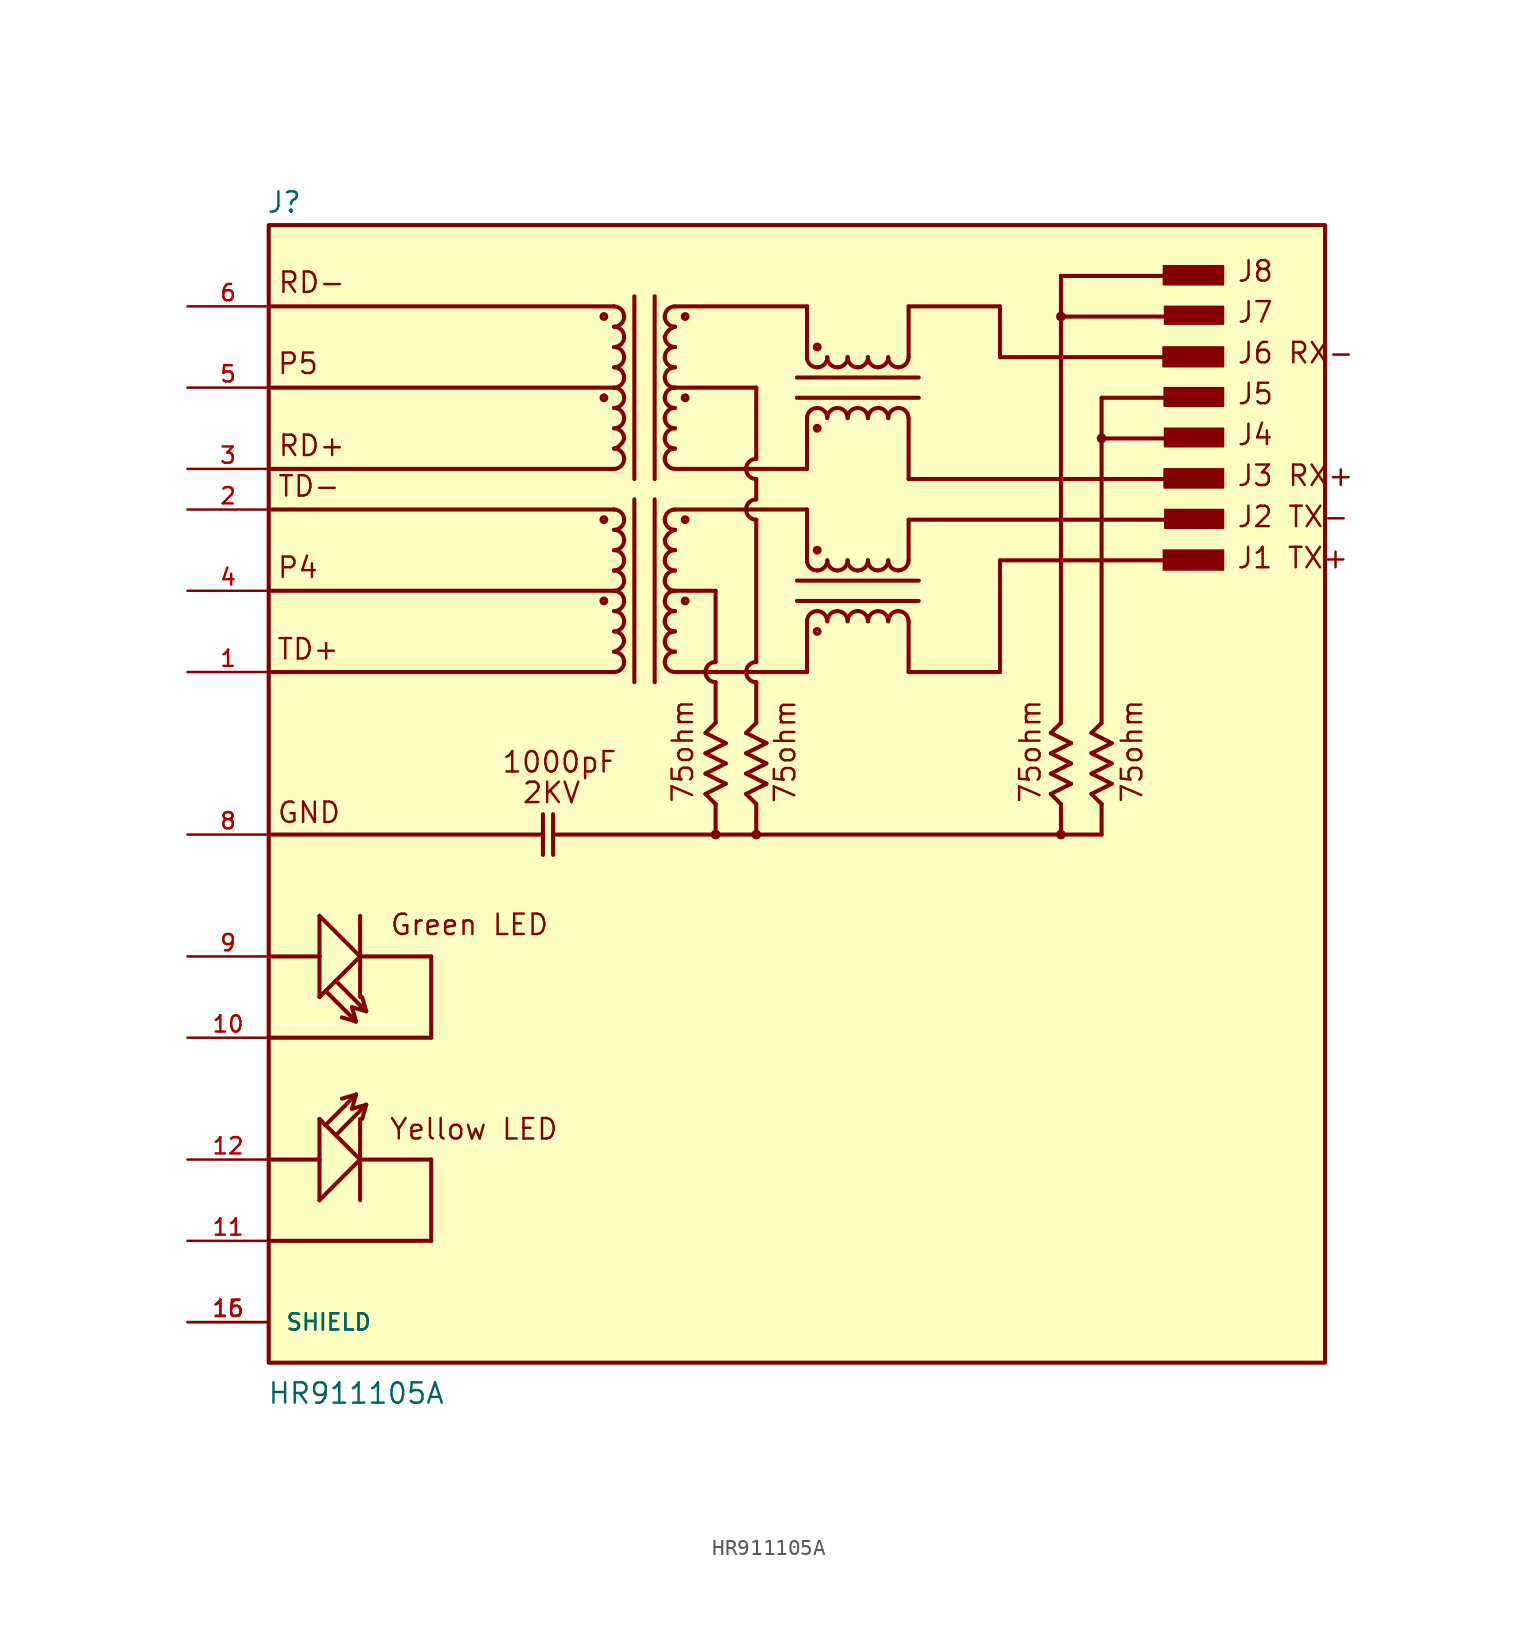
<source format=kicad_sym>
(kicad_symbol_lib
  (version 20211014)
  (generator kicad_symbol_editor)
  (symbol "HR911105A"
    (pin_names
      (offset 1.016))
    (property "Reference" "J"
      (at -33.178 36.241 0)
      (effects (font (size 1.27 1.27)) (justify left bottom)))
    (property "Value" "HR911105A"
      (at -33.124 -38.22 0)
      (effects (font (size 1.27 1.27)) (justify left bottom)))
    (symbol "HR911105A_0_0"
      (rectangle (start -33.02 -35.56) (end 33.02 35.56) (stroke (width 0.254) (type default) (color 0 0 0 0)) (fill (type background)))
      (circle (center -12.065 12.065) (radius 0.152) (stroke (width 0.254) (type default) (color 0 0 0 0)) (fill (type none)))
      (circle (center -12.065 17.145) (radius 0.152) (stroke (width 0.254) (type default) (color 0 0 0 0)) (fill (type none)))
      (circle (center -12.065 24.765) (radius 0.152) (stroke (width 0.254) (type default) (color 0 0 0 0)) (fill (type none)))
      (circle (center -12.065 29.845) (radius 0.152) (stroke (width 0.254) (type default) (color 0 0 0 0)) (fill (type none)))
      (arc (start -11.43 7.62) (mid -10.981 7.806) (end -10.795 8.255) (stroke (width 0.254) (type default) (color 0 0 0 0)) (fill (type none)))
      (arc (start -11.43 8.89) (mid -11.0274 9.1224) (end -10.795 9.525) (stroke (width 0.254) (type default) (color 0 0 0 0)) (fill (type none)))
      (arc (start -11.43 10.16) (mid -10.981 10.346) (end -10.795 10.795) (stroke (width 0.254) (type default) (color 0 0 0 0)) (fill (type none)))
      (arc (start -11.43 11.43) (mid -10.981 11.616) (end -10.795 12.065) (stroke (width 0.254) (type default) (color 0 0 0 0)) (fill (type none)))
      (arc (start -11.43 12.7) (mid -10.981 12.886) (end -10.795 13.335) (stroke (width 0.254) (type default) (color 0 0 0 0)) (fill (type none)))
      (arc (start -11.43 13.97) (mid -10.981 14.156) (end -10.795 14.605) (stroke (width 0.254) (type default) (color 0 0 0 0)) (fill (type none)))
      (arc (start -11.43 15.24) (mid -10.981 15.426) (end -10.795 15.875) (stroke (width 0.254) (type default) (color 0 0 0 0)) (fill (type none)))
      (arc (start -11.43 16.51) (mid -10.981 16.696) (end -10.795 17.145) (stroke (width 0.254) (type default) (color 0 0 0 0)) (fill (type none)))
      (arc (start -11.43 20.32) (mid -10.981 20.506) (end -10.795 20.955) (stroke (width 0.254) (type default) (color 0 0 0 0)) (fill (type none)))
      (arc (start -11.43 21.59) (mid -11.0274 21.8224) (end -10.795 22.225) (stroke (width 0.254) (type default) (color 0 0 0 0)) (fill (type none)))
      (arc (start -11.43 22.86) (mid -10.981 23.046) (end -10.795 23.495) (stroke (width 0.254) (type default) (color 0 0 0 0)) (fill (type none)))
      (arc (start -11.43 24.13) (mid -10.981 24.316) (end -10.795 24.765) (stroke (width 0.254) (type default) (color 0 0 0 0)) (fill (type none)))
      (arc (start -11.43 25.4) (mid -10.981 25.586) (end -10.795 26.035) (stroke (width 0.254) (type default) (color 0 0 0 0)) (fill (type none)))
      (arc (start -11.43 26.67) (mid -10.981 26.856) (end -10.795 27.305) (stroke (width 0.254) (type default) (color 0 0 0 0)) (fill (type none)))
      (arc (start -11.43 27.94) (mid -10.981 28.126) (end -10.795 28.575) (stroke (width 0.254) (type default) (color 0 0 0 0)) (fill (type none)))
      (arc (start -11.43 29.21) (mid -10.981 29.396) (end -10.795 29.845) (stroke (width 0.254) (type default) (color 0 0 0 0)) (fill (type none)))
      (arc (start -10.795 8.255) (mid -10.981 8.704) (end -11.43 8.89) (stroke (width 0.254) (type default) (color 0 0 0 0)) (fill (type none)))
      (arc (start -10.795 9.525) (mid -10.981 9.974) (end -11.43 10.16) (stroke (width 0.254) (type default) (color 0 0 0 0)) (fill (type none)))
      (arc (start -10.795 10.795) (mid -10.981 11.244) (end -11.43 11.43) (stroke (width 0.254) (type default) (color 0 0 0 0)) (fill (type none)))
      (arc (start -10.795 12.065) (mid -10.981 12.514) (end -11.43 12.7) (stroke (width 0.254) (type default) (color 0 0 0 0)) (fill (type none)))
      (arc (start -10.795 13.335) (mid -10.981 13.784) (end -11.43 13.97) (stroke (width 0.254) (type default) (color 0 0 0 0)) (fill (type none)))
      (arc (start -10.795 14.605) (mid -10.981 15.054) (end -11.43 15.24) (stroke (width 0.254) (type default) (color 0 0 0 0)) (fill (type none)))
      (arc (start -10.795 15.875) (mid -10.981 16.324) (end -11.43 16.51) (stroke (width 0.254) (type default) (color 0 0 0 0)) (fill (type none)))
      (arc (start -10.795 17.145) (mid -10.981 17.594) (end -11.43 17.78) (stroke (width 0.254) (type default) (color 0 0 0 0)) (fill (type none)))
      (arc (start -10.795 20.955) (mid -10.981 21.404) (end -11.43 21.59) (stroke (width 0.254) (type default) (color 0 0 0 0)) (fill (type none)))
      (arc (start -10.795 22.225) (mid -10.981 22.674) (end -11.43 22.86) (stroke (width 0.254) (type default) (color 0 0 0 0)) (fill (type none)))
      (arc (start -10.795 23.495) (mid -10.981 23.944) (end -11.43 24.13) (stroke (width 0.254) (type default) (color 0 0 0 0)) (fill (type none)))
      (arc (start -10.795 24.765) (mid -10.981 25.214) (end -11.43 25.4) (stroke (width 0.254) (type default) (color 0 0 0 0)) (fill (type none)))
      (arc (start -10.795 26.035) (mid -10.981 26.484) (end -11.43 26.67) (stroke (width 0.254) (type default) (color 0 0 0 0)) (fill (type none)))
      (arc (start -10.795 27.305) (mid -10.981 27.754) (end -11.43 27.94) (stroke (width 0.254) (type default) (color 0 0 0 0)) (fill (type none)))
      (arc (start -10.795 28.575) (mid -10.981 29.024) (end -11.43 29.21) (stroke (width 0.254) (type default) (color 0 0 0 0)) (fill (type none)))
      (arc (start -10.795 29.845) (mid -10.981 30.294) (end -11.43 30.48) (stroke (width 0.254) (type default) (color 0 0 0 0)) (fill (type none)))
      (arc (start -8.255 8.255) (mid -8.069 7.806) (end -7.62 7.62) (stroke (width 0.254) (type default) (color 0 0 0 0)) (fill (type none)))
      (arc (start -8.255 9.525) (mid -8.069 9.076) (end -7.62 8.89) (stroke (width 0.254) (type default) (color 0 0 0 0)) (fill (type none)))
      (arc (start -8.255 10.795) (mid -8.069 10.346) (end -7.62 10.16) (stroke (width 0.254) (type default) (color 0 0 0 0)) (fill (type none)))
      (arc (start -8.255 12.065) (mid -8.069 11.616) (end -7.62 11.43) (stroke (width 0.254) (type default) (color 0 0 0 0)) (fill (type none)))
      (arc (start -8.255 13.335) (mid -8.069 12.886) (end -7.62 12.7) (stroke (width 0.254) (type default) (color 0 0 0 0)) (fill (type none)))
      (arc (start -8.255 14.605) (mid -8.069 14.156) (end -7.62 13.97) (stroke (width 0.254) (type default) (color 0 0 0 0)) (fill (type none)))
      (arc (start -8.255 15.875) (mid -8.069 15.426) (end -7.62 15.24) (stroke (width 0.254) (type default) (color 0 0 0 0)) (fill (type none)))
      (arc (start -8.255 17.145) (mid -8.069 16.696) (end -7.62 16.51) (stroke (width 0.254) (type default) (color 0 0 0 0)) (fill (type none)))
      (arc (start -8.255 20.955) (mid -8.069 20.506) (end -7.62 20.32) (stroke (width 0.254) (type default) (color 0 0 0 0)) (fill (type none)))
      (arc (start -8.255 22.225) (mid -8.069 21.776) (end -7.62 21.59) (stroke (width 0.254) (type default) (color 0 0 0 0)) (fill (type none)))
      (arc (start -8.255 23.495) (mid -8.069 23.046) (end -7.62 22.86) (stroke (width 0.254) (type default) (color 0 0 0 0)) (fill (type none)))
      (arc (start -8.255 24.765) (mid -8.069 24.316) (end -7.62 24.13) (stroke (width 0.254) (type default) (color 0 0 0 0)) (fill (type none)))
      (arc (start -8.255 26.035) (mid -8.069 25.586) (end -7.62 25.4) (stroke (width 0.254) (type default) (color 0 0 0 0)) (fill (type none)))
      (arc (start -8.255 27.305) (mid -8.069 26.856) (end -7.62 26.67) (stroke (width 0.254) (type default) (color 0 0 0 0)) (fill (type none)))
      (arc (start -8.255 28.575) (mid -8.069 28.126) (end -7.62 27.94) (stroke (width 0.254) (type default) (color 0 0 0 0)) (fill (type none)))
      (arc (start -8.255 29.845) (mid -8.069 29.396) (end -7.62 29.21) (stroke (width 0.254) (type default) (color 0 0 0 0)) (fill (type none)))
      (arc (start -7.62 8.89) (mid -8.069 8.704) (end -8.255 8.255) (stroke (width 0.254) (type default) (color 0 0 0 0)) (fill (type none)))
      (arc (start -7.62 10.16) (mid -8.069 9.974) (end -8.255 9.525) (stroke (width 0.254) (type default) (color 0 0 0 0)) (fill (type none)))
      (arc (start -7.62 11.43) (mid -8.069 11.244) (end -8.255 10.795) (stroke (width 0.254) (type default) (color 0 0 0 0)) (fill (type none)))
      (arc (start -7.62 12.7) (mid -8.069 12.514) (end -8.255 12.065) (stroke (width 0.254) (type default) (color 0 0 0 0)) (fill (type none)))
      (arc (start -7.62 13.97) (mid -8.069 13.784) (end -8.255 13.335) (stroke (width 0.254) (type default) (color 0 0 0 0)) (fill (type none)))
      (arc (start -7.62 15.24) (mid -8.069 15.054) (end -8.255 14.605) (stroke (width 0.254) (type default) (color 0 0 0 0)) (fill (type none)))
      (arc (start -7.62 16.51) (mid -8.0226 16.2776) (end -8.255 15.875) (stroke (width 0.254) (type default) (color 0 0 0 0)) (fill (type none)))
      (arc (start -7.62 17.78) (mid -8.069 17.594) (end -8.255 17.145) (stroke (width 0.254) (type default) (color 0 0 0 0)) (fill (type none)))
      (arc (start -7.62 21.59) (mid -8.069 21.404) (end -8.255 20.955) (stroke (width 0.254) (type default) (color 0 0 0 0)) (fill (type none)))
      (arc (start -7.62 22.86) (mid -8.069 22.674) (end -8.255 22.225) (stroke (width 0.254) (type default) (color 0 0 0 0)) (fill (type none)))
      (arc (start -7.62 24.13) (mid -8.069 23.944) (end -8.255 23.495) (stroke (width 0.254) (type default) (color 0 0 0 0)) (fill (type none)))
      (arc (start -7.62 25.4) (mid -8.069 25.214) (end -8.255 24.765) (stroke (width 0.254) (type default) (color 0 0 0 0)) (fill (type none)))
      (arc (start -7.62 26.67) (mid -8.069 26.484) (end -8.255 26.035) (stroke (width 0.254) (type default) (color 0 0 0 0)) (fill (type none)))
      (arc (start -7.62 27.94) (mid -8.069 27.754) (end -8.255 27.305) (stroke (width 0.254) (type default) (color 0 0 0 0)) (fill (type none)))
      (arc (start -7.62 29.21) (mid -8.0226 28.9776) (end -8.255 28.575) (stroke (width 0.254) (type default) (color 0 0 0 0)) (fill (type none)))
      (arc (start -7.62 30.48) (mid -8.069 30.294) (end -8.255 29.845) (stroke (width 0.254) (type default) (color 0 0 0 0)) (fill (type none)))
      (circle (center -6.985 12.065) (radius 0.152) (stroke (width 0.254) (type default) (color 0 0 0 0)) (fill (type none)))
      (circle (center -6.985 17.145) (radius 0.152) (stroke (width 0.254) (type default) (color 0 0 0 0)) (fill (type none)))
      (circle (center -6.985 24.765) (radius 0.152) (stroke (width 0.254) (type default) (color 0 0 0 0)) (fill (type none)))
      (circle (center -6.985 29.845) (radius 0.152) (stroke (width 0.254) (type default) (color 0 0 0 0)) (fill (type none)))
      (arc (start -5.715 7.62) (mid -5.529 7.171) (end -5.08 6.985) (stroke (width 0.254) (type default) (color 0 0 0 0)) (fill (type none)))
      (circle (center -5.08 -2.54) (radius 0.178) (stroke (width 0.254) (type default) (color 0 0 0 0)) (fill (type none)))
      (arc (start -5.08 8.255) (mid -5.529 8.069) (end -5.715 7.62) (stroke (width 0.254) (type default) (color 0 0 0 0)) (fill (type none)))
      (arc (start -3.175 7.62) (mid -2.989 7.171) (end -2.54 6.985) (stroke (width 0.254) (type default) (color 0 0 0 0)) (fill (type none)))
      (arc (start -3.175 17.78) (mid -2.989 17.331) (end -2.54 17.145) (stroke (width 0.254) (type default) (color 0 0 0 0)) (fill (type none)))
      (arc (start -3.175 20.32) (mid -2.989 19.871) (end -2.54 19.685) (stroke (width 0.254) (type default) (color 0 0 0 0)) (fill (type none)))
      (circle (center -2.54 -2.54) (radius 0.178) (stroke (width 0.254) (type default) (color 0 0 0 0)) (fill (type none)))
      (arc (start -2.54 8.255) (mid -2.989 8.069) (end -3.175 7.62) (stroke (width 0.254) (type default) (color 0 0 0 0)) (fill (type none)))
      (arc (start -2.54 18.415) (mid -2.989 18.229) (end -3.175 17.78) (stroke (width 0.254) (type default) (color 0 0 0 0)) (fill (type none)))
      (arc (start -2.54 20.955) (mid -2.989 20.769) (end -3.175 20.32) (stroke (width 0.254) (type default) (color 0 0 0 0)) (fill (type none)))
      (polyline (pts (xy -33.02 -27.94) (xy -22.86 -27.94)) (stroke (width 0.254) (type default) (color 0 0 0 0)) (fill (type none)))
      (polyline (pts (xy -33.02 -15.24) (xy -22.86 -15.24)) (stroke (width 0.254) (type default) (color 0 0 0 0)) (fill (type none)))
      (polyline (pts (xy -33.02 12.7) (xy -11.43 12.7)) (stroke (width 0.254) (type default) (color 0 0 0 0)) (fill (type none)))
      (polyline (pts (xy -33.02 20.32) (xy -11.43 20.32)) (stroke (width 0.254) (type default) (color 0 0 0 0)) (fill (type none)))
      (polyline (pts (xy -29.845 -25.4) (xy -27.305 -22.86)) (stroke (width 0.254) (type default) (color 0 0 0 0)) (fill (type none)))
      (polyline (pts (xy -29.845 -22.86) (xy -33.02 -22.86)) (stroke (width 0.254) (type default) (color 0 0 0 0)) (fill (type none)))
      (polyline (pts (xy -29.845 -22.86) (xy -29.845 -25.4)) (stroke (width 0.254) (type default) (color 0 0 0 0)) (fill (type none)))
      (polyline (pts (xy -29.845 -20.32) (xy -29.845 -22.86)) (stroke (width 0.254) (type default) (color 0 0 0 0)) (fill (type none)))
      (polyline (pts (xy -29.845 -12.7) (xy -29.845 -10.16)) (stroke (width 0.254) (type default) (color 0 0 0 0)) (fill (type none)))
      (polyline (pts (xy -29.845 -10.16) (xy -33.02 -10.16)) (stroke (width 0.254) (type default) (color 0 0 0 0)) (fill (type none)))
      (polyline (pts (xy -29.845 -10.16) (xy -29.845 -7.62)) (stroke (width 0.254) (type default) (color 0 0 0 0)) (fill (type none)))
      (polyline (pts (xy -29.845 -7.62) (xy -27.305 -10.16)) (stroke (width 0.254) (type default) (color 0 0 0 0)) (fill (type none)))
      (polyline (pts (xy -29.464 -20.701) (xy -29.845 -20.32)) (stroke (width 0.254) (type default) (color 0 0 0 0)) (fill (type none)))
      (polyline (pts (xy -29.464 -20.701) (xy -27.559 -18.796)) (stroke (width 0.254) (type default) (color 0 0 0 0)) (fill (type none)))
      (polyline (pts (xy -29.464 -12.319) (xy -29.845 -12.7)) (stroke (width 0.254) (type default) (color 0 0 0 0)) (fill (type none)))
      (polyline (pts (xy -29.464 -12.319) (xy -27.559 -14.224)) (stroke (width 0.254) (type default) (color 0 0 0 0)) (fill (type none)))
      (polyline (pts (xy -28.829 -21.336) (xy -29.464 -20.701)) (stroke (width 0.254) (type default) (color 0 0 0 0)) (fill (type none)))
      (polyline (pts (xy -28.829 -21.336) (xy -26.924 -19.431)) (stroke (width 0.254) (type default) (color 0 0 0 0)) (fill (type none)))
      (polyline (pts (xy -28.829 -11.684) (xy -29.464 -12.319)) (stroke (width 0.254) (type default) (color 0 0 0 0)) (fill (type none)))
      (polyline (pts (xy -28.829 -11.684) (xy -26.924 -13.589)) (stroke (width 0.254) (type default) (color 0 0 0 0)) (fill (type none)))
      (polyline (pts (xy -27.559 -18.796) (xy -28.448 -19.05)) (stroke (width 0.254) (type default) (color 0 0 0 0)) (fill (type none)))
      (polyline (pts (xy -27.559 -18.796) (xy -27.813 -19.685)) (stroke (width 0.254) (type default) (color 0 0 0 0)) (fill (type none)))
      (polyline (pts (xy -27.559 -14.224) (xy -28.448 -13.97)) (stroke (width 0.254) (type default) (color 0 0 0 0)) (fill (type none)))
      (polyline (pts (xy -27.559 -14.224) (xy -27.813 -13.335)) (stroke (width 0.254) (type default) (color 0 0 0 0)) (fill (type none)))
      (polyline (pts (xy -27.305 -22.86) (xy -28.829 -21.336)) (stroke (width 0.254) (type default) (color 0 0 0 0)) (fill (type none)))
      (polyline (pts (xy -27.305 -22.86) (xy -27.305 -25.4)) (stroke (width 0.254) (type default) (color 0 0 0 0)) (fill (type none)))
      (polyline (pts (xy -27.305 -22.86) (xy -22.86 -22.86)) (stroke (width 0.254) (type default) (color 0 0 0 0)) (fill (type none)))
      (polyline (pts (xy -27.305 -20.32) (xy -27.305 -22.86)) (stroke (width 0.254) (type default) (color 0 0 0 0)) (fill (type none)))
      (polyline (pts (xy -27.305 -12.7) (xy -27.305 -10.16)) (stroke (width 0.254) (type default) (color 0 0 0 0)) (fill (type none)))
      (polyline (pts (xy -27.305 -10.16) (xy -28.829 -11.684)) (stroke (width 0.254) (type default) (color 0 0 0 0)) (fill (type none)))
      (polyline (pts (xy -27.305 -10.16) (xy -27.305 -7.62)) (stroke (width 0.254) (type default) (color 0 0 0 0)) (fill (type none)))
      (polyline (pts (xy -27.305 -10.16) (xy -22.86 -10.16)) (stroke (width 0.254) (type default) (color 0 0 0 0)) (fill (type none)))
      (polyline (pts (xy -26.924 -19.431) (xy -27.813 -19.685)) (stroke (width 0.254) (type default) (color 0 0 0 0)) (fill (type none)))
      (polyline (pts (xy -26.924 -19.431) (xy -27.178 -20.32)) (stroke (width 0.254) (type default) (color 0 0 0 0)) (fill (type none)))
      (polyline (pts (xy -26.924 -13.589) (xy -27.813 -13.335)) (stroke (width 0.254) (type default) (color 0 0 0 0)) (fill (type none)))
      (polyline (pts (xy -26.924 -13.589) (xy -27.178 -12.7)) (stroke (width 0.254) (type default) (color 0 0 0 0)) (fill (type none)))
      (polyline (pts (xy -22.86 -27.94) (xy -22.86 -22.86)) (stroke (width 0.254) (type default) (color 0 0 0 0)) (fill (type none)))
      (polyline (pts (xy -22.86 -15.24) (xy -22.86 -10.16)) (stroke (width 0.254) (type default) (color 0 0 0 0)) (fill (type none)))
      (polyline (pts (xy -15.875 -2.54) (xy -33.02 -2.54)) (stroke (width 0.254) (type default) (color 0 0 0 0)) (fill (type none)))
      (polyline (pts (xy -15.875 -2.54) (xy -15.875 -3.81)) (stroke (width 0.254) (type default) (color 0 0 0 0)) (fill (type none)))
      (polyline (pts (xy -15.875 -1.27) (xy -15.875 -2.54)) (stroke (width 0.254) (type default) (color 0 0 0 0)) (fill (type none)))
      (polyline (pts (xy -15.24 -2.54) (xy -15.24 -3.81)) (stroke (width 0.254) (type default) (color 0 0 0 0)) (fill (type none)))
      (polyline (pts (xy -15.24 -2.54) (xy -15.24 -1.27)) (stroke (width 0.254) (type default) (color 0 0 0 0)) (fill (type none)))
      (polyline (pts (xy -11.43 7.62) (xy -33.02 7.62)) (stroke (width 0.254) (type default) (color 0 0 0 0)) (fill (type none)))
      (polyline (pts (xy -11.43 17.78) (xy -33.02 17.78)) (stroke (width 0.254) (type default) (color 0 0 0 0)) (fill (type none)))
      (polyline (pts (xy -11.43 25.4) (xy -33.02 25.4)) (stroke (width 0.254) (type default) (color 0 0 0 0)) (fill (type none)))
      (polyline (pts (xy -11.43 30.48) (xy -33.02 30.48)) (stroke (width 0.254) (type default) (color 0 0 0 0)) (fill (type none)))
      (polyline (pts (xy -10.16 18.415) (xy -10.16 6.985)) (stroke (width 0.254) (type default) (color 0 0 0 0)) (fill (type none)))
      (polyline (pts (xy -10.16 31.115) (xy -10.16 19.685)) (stroke (width 0.254) (type default) (color 0 0 0 0)) (fill (type none)))
      (polyline (pts (xy -8.89 18.415) (xy -8.89 6.985)) (stroke (width 0.254) (type default) (color 0 0 0 0)) (fill (type none)))
      (polyline (pts (xy -8.89 31.115) (xy -8.89 19.685)) (stroke (width 0.254) (type default) (color 0 0 0 0)) (fill (type none)))
      (polyline (pts (xy -7.62 7.62) (xy -5.715 7.62)) (stroke (width 0.254) (type default) (color 0 0 0 0)) (fill (type none)))
      (polyline (pts (xy -7.62 20.32) (xy -3.175 20.32)) (stroke (width 0.254) (type default) (color 0 0 0 0)) (fill (type none)))
      (polyline (pts (xy -7.62 25.4) (xy -2.54 25.4)) (stroke (width 0.254) (type default) (color 0 0 0 0)) (fill (type none)))
      (polyline (pts (xy -5.715 0) (xy -5.08 -0.635)) (stroke (width 0.254) (type default) (color 0 0 0 0)) (fill (type none)))
      (polyline (pts (xy -5.715 1.27) (xy -4.445 0.635)) (stroke (width 0.254) (type default) (color 0 0 0 0)) (fill (type none)))
      (polyline (pts (xy -5.715 2.54) (xy -4.445 1.905)) (stroke (width 0.254) (type default) (color 0 0 0 0)) (fill (type none)))
      (polyline (pts (xy -5.715 3.81) (xy -4.445 3.175)) (stroke (width 0.254) (type default) (color 0 0 0 0)) (fill (type none)))
      (polyline (pts (xy -5.715 7.62) (xy -3.175 7.62)) (stroke (width 0.254) (type default) (color 0 0 0 0)) (fill (type none)))
      (polyline (pts (xy -5.08 -2.54) (xy -15.24 -2.54)) (stroke (width 0.254) (type default) (color 0 0 0 0)) (fill (type none)))
      (polyline (pts (xy -5.08 -0.635) (xy -5.08 -2.54)) (stroke (width 0.254) (type default) (color 0 0 0 0)) (fill (type none)))
      (polyline (pts (xy -5.08 4.445) (xy -5.715 3.81)) (stroke (width 0.254) (type default) (color 0 0 0 0)) (fill (type none)))
      (polyline (pts (xy -5.08 6.985) (xy -5.08 4.445)) (stroke (width 0.254) (type default) (color 0 0 0 0)) (fill (type none)))
      (polyline (pts (xy -5.08 8.255) (xy -5.08 12.7)) (stroke (width 0.254) (type default) (color 0 0 0 0)) (fill (type none)))
      (polyline (pts (xy -5.08 12.7) (xy -7.62 12.7)) (stroke (width 0.254) (type default) (color 0 0 0 0)) (fill (type none)))
      (polyline (pts (xy -4.445 0.635) (xy -5.715 0)) (stroke (width 0.254) (type default) (color 0 0 0 0)) (fill (type none)))
      (polyline (pts (xy -4.445 1.905) (xy -5.715 1.27)) (stroke (width 0.254) (type default) (color 0 0 0 0)) (fill (type none)))
      (polyline (pts (xy -4.445 3.175) (xy -5.715 2.54)) (stroke (width 0.254) (type default) (color 0 0 0 0)) (fill (type none)))
      (polyline (pts (xy -3.175 0) (xy -2.54 -0.635)) (stroke (width 0.254) (type default) (color 0 0 0 0)) (fill (type none)))
      (polyline (pts (xy -3.175 1.27) (xy -1.905 0.635)) (stroke (width 0.254) (type default) (color 0 0 0 0)) (fill (type none)))
      (polyline (pts (xy -3.175 2.54) (xy -1.905 1.905)) (stroke (width 0.254) (type default) (color 0 0 0 0)) (fill (type none)))
      (polyline (pts (xy -3.175 3.81) (xy -1.905 3.175)) (stroke (width 0.254) (type default) (color 0 0 0 0)) (fill (type none)))
      (polyline (pts (xy -3.175 7.62) (xy 0.635 7.62)) (stroke (width 0.254) (type default) (color 0 0 0 0)) (fill (type none)))
      (polyline (pts (xy -3.175 17.78) (xy -7.62 17.78)) (stroke (width 0.254) (type default) (color 0 0 0 0)) (fill (type none)))
      (polyline (pts (xy -3.175 20.32) (xy 0.635 20.32)) (stroke (width 0.254) (type default) (color 0 0 0 0)) (fill (type none)))
      (polyline (pts (xy -2.54 -0.635) (xy -2.54 -2.54)) (stroke (width 0.254) (type default) (color 0 0 0 0)) (fill (type none)))
      (polyline (pts (xy -2.54 4.445) (xy -3.175 3.81)) (stroke (width 0.254) (type default) (color 0 0 0 0)) (fill (type none)))
      (polyline (pts (xy -2.54 6.985) (xy -2.54 4.445)) (stroke (width 0.254) (type default) (color 0 0 0 0)) (fill (type none)))
      (polyline (pts (xy -2.54 17.145) (xy -2.54 8.255)) (stroke (width 0.254) (type default) (color 0 0 0 0)) (fill (type none)))
      (polyline (pts (xy -2.54 19.685) (xy -2.54 18.415)) (stroke (width 0.254) (type default) (color 0 0 0 0)) (fill (type none)))
      (polyline (pts (xy -2.54 25.4) (xy -2.54 20.955)) (stroke (width 0.254) (type default) (color 0 0 0 0)) (fill (type none)))
      (polyline (pts (xy -1.905 0.635) (xy -3.175 0)) (stroke (width 0.254) (type default) (color 0 0 0 0)) (fill (type none)))
      (polyline (pts (xy -1.905 1.905) (xy -3.175 1.27)) (stroke (width 0.254) (type default) (color 0 0 0 0)) (fill (type none)))
      (polyline (pts (xy -1.905 3.175) (xy -3.175 2.54)) (stroke (width 0.254) (type default) (color 0 0 0 0)) (fill (type none)))
      (polyline (pts (xy 0 12.065) (xy 7.62 12.065)) (stroke (width 0.254) (type default) (color 0 0 0 0)) (fill (type none)))
      (polyline (pts (xy 0 13.335) (xy 7.62 13.335)) (stroke (width 0.254) (type default) (color 0 0 0 0)) (fill (type none)))
      (polyline (pts (xy 0 24.765) (xy 7.62 24.765)) (stroke (width 0.254) (type default) (color 0 0 0 0)) (fill (type none)))
      (polyline (pts (xy 0 26.035) (xy 7.62 26.035)) (stroke (width 0.254) (type default) (color 0 0 0 0)) (fill (type none)))
      (polyline (pts (xy 0.635 7.62) (xy 0.635 10.795)) (stroke (width 0.254) (type default) (color 0 0 0 0)) (fill (type none)))
      (polyline (pts (xy 0.635 14.605) (xy 0.635 17.78)) (stroke (width 0.254) (type default) (color 0 0 0 0)) (fill (type none)))
      (polyline (pts (xy 0.635 17.78) (xy -3.175 17.78)) (stroke (width 0.254) (type default) (color 0 0 0 0)) (fill (type none)))
      (polyline (pts (xy 0.635 20.32) (xy 0.635 23.495)) (stroke (width 0.254) (type default) (color 0 0 0 0)) (fill (type none)))
      (polyline (pts (xy 0.635 27.305) (xy 0.635 30.48)) (stroke (width 0.254) (type default) (color 0 0 0 0)) (fill (type none)))
      (polyline (pts (xy 0.635 30.48) (xy -7.62 30.48)) (stroke (width 0.254) (type default) (color 0 0 0 0)) (fill (type none)))
      (polyline (pts (xy 6.985 10.795) (xy 6.985 7.62)) (stroke (width 0.254) (type default) (color 0 0 0 0)) (fill (type none)))
      (polyline (pts (xy 6.985 17.145) (xy 6.985 14.605)) (stroke (width 0.254) (type default) (color 0 0 0 0)) (fill (type none)))
      (polyline (pts (xy 6.985 23.495) (xy 6.985 19.685)) (stroke (width 0.254) (type default) (color 0 0 0 0)) (fill (type none)))
      (polyline (pts (xy 6.985 30.48) (xy 6.985 27.305)) (stroke (width 0.254) (type default) (color 0 0 0 0)) (fill (type none)))
      (polyline (pts (xy 12.7 7.62) (xy 6.985 7.62)) (stroke (width 0.254) (type default) (color 0 0 0 0)) (fill (type none)))
      (polyline (pts (xy 12.7 14.605) (xy 12.7 7.62)) (stroke (width 0.254) (type default) (color 0 0 0 0)) (fill (type none)))
      (polyline (pts (xy 12.7 27.305) (xy 12.7 30.48)) (stroke (width 0.254) (type default) (color 0 0 0 0)) (fill (type none)))
      (polyline (pts (xy 12.7 30.48) (xy 6.985 30.48)) (stroke (width 0.254) (type default) (color 0 0 0 0)) (fill (type none)))
      (polyline (pts (xy 15.875 0) (xy 16.51 -0.635)) (stroke (width 0.254) (type default) (color 0 0 0 0)) (fill (type none)))
      (polyline (pts (xy 15.875 1.27) (xy 17.145 0.635)) (stroke (width 0.254) (type default) (color 0 0 0 0)) (fill (type none)))
      (polyline (pts (xy 15.875 2.54) (xy 17.145 1.905)) (stroke (width 0.254) (type default) (color 0 0 0 0)) (fill (type none)))
      (polyline (pts (xy 15.875 3.81) (xy 17.145 3.175)) (stroke (width 0.254) (type default) (color 0 0 0 0)) (fill (type none)))
      (polyline (pts (xy 16.51 -0.635) (xy 16.51 -2.54)) (stroke (width 0.254) (type default) (color 0 0 0 0)) (fill (type none)))
      (polyline (pts (xy 16.51 4.445) (xy 15.875 3.81)) (stroke (width 0.254) (type default) (color 0 0 0 0)) (fill (type none)))
      (polyline (pts (xy 16.51 29.845) (xy 16.51 4.445)) (stroke (width 0.254) (type default) (color 0 0 0 0)) (fill (type none)))
      (polyline (pts (xy 16.51 29.845) (xy 23.495 29.845)) (stroke (width 0.254) (type default) (color 0 0 0 0)) (fill (type none)))
      (polyline (pts (xy 16.51 32.385) (xy 16.51 29.845)) (stroke (width 0.254) (type default) (color 0 0 0 0)) (fill (type none)))
      (polyline (pts (xy 17.145 0.635) (xy 15.875 0)) (stroke (width 0.254) (type default) (color 0 0 0 0)) (fill (type none)))
      (polyline (pts (xy 17.145 1.905) (xy 15.875 1.27)) (stroke (width 0.254) (type default) (color 0 0 0 0)) (fill (type none)))
      (polyline (pts (xy 17.145 3.175) (xy 15.875 2.54)) (stroke (width 0.254) (type default) (color 0 0 0 0)) (fill (type none)))
      (polyline (pts (xy 18.415 0) (xy 19.05 -0.635)) (stroke (width 0.254) (type default) (color 0 0 0 0)) (fill (type none)))
      (polyline (pts (xy 18.415 1.27) (xy 19.685 0.635)) (stroke (width 0.254) (type default) (color 0 0 0 0)) (fill (type none)))
      (polyline (pts (xy 18.415 2.54) (xy 19.685 1.905)) (stroke (width 0.254) (type default) (color 0 0 0 0)) (fill (type none)))
      (polyline (pts (xy 18.415 3.81) (xy 19.685 3.175)) (stroke (width 0.254) (type default) (color 0 0 0 0)) (fill (type none)))
      (polyline (pts (xy 19.05 -2.54) (xy -5.08 -2.54)) (stroke (width 0.254) (type default) (color 0 0 0 0)) (fill (type none)))
      (polyline (pts (xy 19.05 -0.635) (xy 19.05 -2.54)) (stroke (width 0.254) (type default) (color 0 0 0 0)) (fill (type none)))
      (polyline (pts (xy 19.05 4.445) (xy 18.415 3.81)) (stroke (width 0.254) (type default) (color 0 0 0 0)) (fill (type none)))
      (polyline (pts (xy 19.05 22.225) (xy 19.05 4.445)) (stroke (width 0.254) (type default) (color 0 0 0 0)) (fill (type none)))
      (polyline (pts (xy 19.05 22.225) (xy 23.495 22.225)) (stroke (width 0.254) (type default) (color 0 0 0 0)) (fill (type none)))
      (polyline (pts (xy 19.05 24.765) (xy 19.05 22.225)) (stroke (width 0.254) (type default) (color 0 0 0 0)) (fill (type none)))
      (polyline (pts (xy 19.685 0.635) (xy 18.415 0)) (stroke (width 0.254) (type default) (color 0 0 0 0)) (fill (type none)))
      (polyline (pts (xy 19.685 1.905) (xy 18.415 1.27)) (stroke (width 0.254) (type default) (color 0 0 0 0)) (fill (type none)))
      (polyline (pts (xy 19.685 3.175) (xy 18.415 2.54)) (stroke (width 0.254) (type default) (color 0 0 0 0)) (fill (type none)))
      (polyline (pts (xy 23.495 14.605) (xy 12.7 14.605)) (stroke (width 0.254) (type default) (color 0 0 0 0)) (fill (type none)))
      (polyline (pts (xy 23.495 17.145) (xy 6.985 17.145)) (stroke (width 0.254) (type default) (color 0 0 0 0)) (fill (type none)))
      (polyline (pts (xy 23.495 19.685) (xy 6.985 19.685)) (stroke (width 0.254) (type default) (color 0 0 0 0)) (fill (type none)))
      (polyline (pts (xy 23.495 24.765) (xy 19.05 24.765)) (stroke (width 0.254) (type default) (color 0 0 0 0)) (fill (type none)))
      (polyline (pts (xy 23.495 27.305) (xy 12.7 27.305)) (stroke (width 0.254) (type default) (color 0 0 0 0)) (fill (type none)))
      (polyline (pts (xy 23.495 32.385) (xy 16.51 32.385)) (stroke (width 0.254) (type default) (color 0 0 0 0)) (fill (type none)))
      (arc (start 0.635 14.605) (mid 0.821 14.156) (end 1.27 13.97) (stroke (width 0.254) (type default) (color 0 0 0 0)) (fill (type none)))
      (arc (start 0.635 27.305) (mid 0.821 26.856) (end 1.27 26.67) (stroke (width 0.254) (type default) (color 0 0 0 0)) (fill (type none)))
      (circle (center 1.27 10.16) (radius 0.152) (stroke (width 0.254) (type default) (color 0 0 0 0)) (fill (type none)))
      (arc (start 1.27 11.43) (mid 0.821 11.244) (end 0.635 10.795) (stroke (width 0.254) (type default) (color 0 0 0 0)) (fill (type none)))
      (arc (start 1.27 13.97) (mid 1.719 14.156) (end 1.905 14.605) (stroke (width 0.254) (type default) (color 0 0 0 0)) (fill (type none)))
      (circle (center 1.27 15.24) (radius 0.152) (stroke (width 0.254) (type default) (color 0 0 0 0)) (fill (type none)))
      (circle (center 1.27 22.86) (radius 0.152) (stroke (width 0.254) (type default) (color 0 0 0 0)) (fill (type none)))
      (arc (start 1.27 24.13) (mid 0.821 23.944) (end 0.635 23.495) (stroke (width 0.254) (type default) (color 0 0 0 0)) (fill (type none)))
      (arc (start 1.27 26.67) (mid 1.719 26.856) (end 1.905 27.305) (stroke (width 0.254) (type default) (color 0 0 0 0)) (fill (type none)))
      (circle (center 1.27 27.94) (radius 0.152) (stroke (width 0.254) (type default) (color 0 0 0 0)) (fill (type none)))
      (arc (start 1.905 10.795) (mid 1.719 11.244) (end 1.27 11.43) (stroke (width 0.254) (type default) (color 0 0 0 0)) (fill (type none)))
      (arc (start 1.905 14.605) (mid 2.091 14.156) (end 2.54 13.97) (stroke (width 0.254) (type default) (color 0 0 0 0)) (fill (type none)))
      (arc (start 1.905 23.495) (mid 1.719 23.944) (end 1.27 24.13) (stroke (width 0.254) (type default) (color 0 0 0 0)) (fill (type none)))
      (arc (start 1.905 27.305) (mid 2.091 26.856) (end 2.54 26.67) (stroke (width 0.254) (type default) (color 0 0 0 0)) (fill (type none)))
      (arc (start 2.54 11.43) (mid 2.091 11.244) (end 1.905 10.795) (stroke (width 0.254) (type default) (color 0 0 0 0)) (fill (type none)))
      (arc (start 2.54 13.97) (mid 2.989 14.156) (end 3.175 14.605) (stroke (width 0.254) (type default) (color 0 0 0 0)) (fill (type none)))
      (arc (start 2.54 24.13) (mid 2.091 23.944) (end 1.905 23.495) (stroke (width 0.254) (type default) (color 0 0 0 0)) (fill (type none)))
      (arc (start 2.54 26.67) (mid 2.989 26.856) (end 3.175 27.305) (stroke (width 0.254) (type default) (color 0 0 0 0)) (fill (type none)))
      (arc (start 3.175 10.795) (mid 2.989 11.244) (end 2.54 11.43) (stroke (width 0.254) (type default) (color 0 0 0 0)) (fill (type none)))
      (arc (start 3.175 14.605) (mid 3.361 14.156) (end 3.81 13.97) (stroke (width 0.254) (type default) (color 0 0 0 0)) (fill (type none)))
      (arc (start 3.175 23.495) (mid 2.989 23.944) (end 2.54 24.13) (stroke (width 0.254) (type default) (color 0 0 0 0)) (fill (type none)))
      (arc (start 3.175 27.305) (mid 3.361 26.856) (end 3.81 26.67) (stroke (width 0.254) (type default) (color 0 0 0 0)) (fill (type none)))
      (arc (start 3.81 11.43) (mid 3.361 11.244) (end 3.175 10.795) (stroke (width 0.254) (type default) (color 0 0 0 0)) (fill (type none)))
      (arc (start 3.81 13.97) (mid 4.259 14.156) (end 4.445 14.605) (stroke (width 0.254) (type default) (color 0 0 0 0)) (fill (type none)))
      (arc (start 3.81 24.13) (mid 3.361 23.944) (end 3.175 23.495) (stroke (width 0.254) (type default) (color 0 0 0 0)) (fill (type none)))
      (arc (start 3.81 26.67) (mid 4.259 26.856) (end 4.445 27.305) (stroke (width 0.254) (type default) (color 0 0 0 0)) (fill (type none)))
      (arc (start 4.445 10.795) (mid 4.259 11.244) (end 3.81 11.43) (stroke (width 0.254) (type default) (color 0 0 0 0)) (fill (type none)))
      (arc (start 4.445 14.605) (mid 4.631 14.156) (end 5.08 13.97) (stroke (width 0.254) (type default) (color 0 0 0 0)) (fill (type none)))
      (arc (start 4.445 23.495) (mid 4.259 23.944) (end 3.81 24.13) (stroke (width 0.254) (type default) (color 0 0 0 0)) (fill (type none)))
      (arc (start 4.445 27.305) (mid 4.631 26.856) (end 5.08 26.67) (stroke (width 0.254) (type default) (color 0 0 0 0)) (fill (type none)))
      (arc (start 5.08 11.43) (mid 4.631 11.244) (end 4.445 10.795) (stroke (width 0.254) (type default) (color 0 0 0 0)) (fill (type none)))
      (arc (start 5.08 13.97) (mid 5.529 14.156) (end 5.715 14.605) (stroke (width 0.254) (type default) (color 0 0 0 0)) (fill (type none)))
      (arc (start 5.08 24.13) (mid 4.631 23.944) (end 4.445 23.495) (stroke (width 0.254) (type default) (color 0 0 0 0)) (fill (type none)))
      (arc (start 5.08 26.67) (mid 5.529 26.856) (end 5.715 27.305) (stroke (width 0.254) (type default) (color 0 0 0 0)) (fill (type none)))
      (arc (start 5.715 10.795) (mid 5.529 11.244) (end 5.08 11.43) (stroke (width 0.254) (type default) (color 0 0 0 0)) (fill (type none)))
      (arc (start 5.715 14.605) (mid 5.901 14.156) (end 6.35 13.97) (stroke (width 0.254) (type default) (color 0 0 0 0)) (fill (type none)))
      (arc (start 5.715 23.495) (mid 5.529 23.944) (end 5.08 24.13) (stroke (width 0.254) (type default) (color 0 0 0 0)) (fill (type none)))
      (arc (start 5.715 27.305) (mid 5.901 26.856) (end 6.35 26.67) (stroke (width 0.254) (type default) (color 0 0 0 0)) (fill (type none)))
      (arc (start 6.35 11.43) (mid 5.901 11.244) (end 5.715 10.795) (stroke (width 0.254) (type default) (color 0 0 0 0)) (fill (type none)))
      (arc (start 6.35 13.97) (mid 6.799 14.156) (end 6.985 14.605) (stroke (width 0.254) (type default) (color 0 0 0 0)) (fill (type none)))
      (arc (start 6.35 24.13) (mid 5.901 23.944) (end 5.715 23.495) (stroke (width 0.254) (type default) (color 0 0 0 0)) (fill (type none)))
      (arc (start 6.35 26.67) (mid 6.799 26.856) (end 6.985 27.305) (stroke (width 0.254) (type default) (color 0 0 0 0)) (fill (type none)))
      (arc (start 6.985 10.795) (mid 6.799 11.244) (end 6.35 11.43) (stroke (width 0.254) (type default) (color 0 0 0 0)) (fill (type none)))
      (arc (start 6.985 23.495) (mid 6.799 23.944) (end 6.35 24.13) (stroke (width 0.254) (type default) (color 0 0 0 0)) (fill (type none)))
      (circle (center 16.51 -2.54) (radius 0.178) (stroke (width 0.254) (type default) (color 0 0 0 0)) (fill (type none)))
      (circle (center 16.51 29.845) (radius 0.18) (stroke (width 0.254) (type default) (color 0 0 0 0)) (fill (type none)))
      (circle (center 19.05 22.225) (radius 0.18) (stroke (width 0.254) (type default) (color 0 0 0 0)) (fill (type none)))
      (rectangle (start 22.895 26.711) (end 26.67 27.94) (stroke (width 0.1) (type default) (color 0 0 0 0)) (fill (type outline)))
      (rectangle (start 22.915 14.004) (end 26.67 15.24) (stroke (width 0.1) (type default) (color 0 0 0 0)) (fill (type outline)))
      (rectangle (start 22.919 31.833) (end 26.67 33.02) (stroke (width 0.1) (type default) (color 0 0 0 0)) (fill (type outline)))
      (rectangle (start 22.96 19.133) (end 26.67 20.32) (stroke (width 0.1) (type default) (color 0 0 0 0)) (fill (type outline)))
      (rectangle (start 22.964 24.24) (end 26.67 25.4) (stroke (width 0.1) (type default) (color 0 0 0 0)) (fill (type outline)))
      (rectangle (start 22.986 21.709) (end 26.67 22.86) (stroke (width 0.1) (type default) (color 0 0 0 0)) (fill (type outline)))
      (rectangle (start 22.989 29.375) (end 26.67 30.48) (stroke (width 0.1) (type default) (color 0 0 0 0)) (fill (type outline)))
      (rectangle (start 23.004 16.614) (end 26.67 17.78) (stroke (width 0.1) (type default) (color 0 0 0 0)) (fill (type outline)))
      (text "1000pF" (at -18.501 1.242 0) (effects (font (size 1.276 1.276)) (justify left bottom)))
      (text "2KV" (at -17.231 -0.672 0) (effects (font (size 1.276 1.276)) (justify left bottom)))
      (text "75ohm" (at -6.39 -0.655 900) (effects (font (size 1.278 1.278)) (justify left bottom)))
      (text "75ohm" (at 0 -0.667 900) (effects (font (size 1.276 1.276)) (justify left bottom)))
      (text "75ohm" (at 15.335 -0.662 900) (effects (font (size 1.278 1.278)) (justify left bottom)))
      (text "75ohm" (at 21.692 -0.655 900) (effects (font (size 1.276 1.276)) (justify left bottom)))
      (text "GND" (at -32.548 -1.915 0) (effects (font (size 1.276 1.276)) (justify left bottom)))
      (text "Green LED" (at -25.492 -8.922 0) (effects (font (size 1.276 1.276)) (justify left bottom)))
      (text "J1 TX+" (at 27.439 14.007 0) (effects (font (size 1.276 1.276)) (justify left bottom)))
      (text "J2 TX-" (at 27.457 16.581 0) (effects (font (size 1.277 1.277)) (justify left bottom)))
      (text "J3 RX+" (at 27.457 19.152 0) (effects (font (size 1.277 1.277)) (justify left bottom)))
      (text "J4" (at 27.459 21.705 0) (effects (font (size 1.277 1.277)) (justify left bottom)))
      (text "J5" (at 27.477 24.265 0) (effects (font (size 1.278 1.278)) (justify left bottom)))
      (text "J6 RX-" (at 27.468 26.817 0) (effects (font (size 1.278 1.278)) (justify left bottom)))
      (text "J7" (at 27.469 29.367 0) (effects (font (size 1.278 1.278)) (justify left bottom)))
      (text "J8" (at 27.468 31.93 0) (effects (font (size 1.278 1.278)) (justify left bottom)))
      (text "P4" (at -32.544 13.401 0) (effects (font (size 1.276 1.276)) (justify left bottom)))
      (text "P5" (at -32.535 26.155 0) (effects (font (size 1.276 1.276)) (justify left bottom)))
      (text "RD+" (at -32.493 21.025 0) (effects (font (size 1.274 1.274)) (justify left bottom)))
      (text "RD-" (at -32.499 31.224 0) (effects (font (size 1.274 1.274)) (justify left bottom)))
      (text "TD+" (at -32.569 8.302 0) (effects (font (size 1.277 1.277)) (justify left bottom)))
      (text "TD-" (at -32.514 18.488 0) (effects (font (size 1.275 1.275)) (justify left bottom)))
      (text "Yellow LED" (at -25.535 -21.705 0) (effects (font (size 1.279 1.279)) (justify left bottom)))
      (pin passive line (at -38.1 7.62 0) (length 5.08) (name "~" (effects (font (size 1.016 1.016)))) (number "1" (effects (font (size 1.016 1.016)))))
      (pin passive line (at -38.1 -15.24 0) (length 5.08) (name "~" (effects (font (size 1.016 1.016)))) (number "10" (effects (font (size 1.016 1.016)))))
      (pin passive line (at -38.1 -27.94 0) (length 5.08) (name "~" (effects (font (size 1.016 1.016)))) (number "11" (effects (font (size 1.016 1.016)))))
      (pin passive line (at -38.1 -22.86 0) (length 5.08) (name "~" (effects (font (size 1.016 1.016)))) (number "12" (effects (font (size 1.016 1.016)))))
      (pin passive line (at -38.1 -33.02 0) (length 5.08) (name "SHIELD" (effects (font (size 1.016 1.016)))) (number "15" (effects (font (size 1.016 1.016)))))
      (pin passive line (at -38.1 -33.02 0) (length 5.08) (name "SHIELD" (effects (font (size 1.016 1.016)))) (number "16" (effects (font (size 1.016 1.016)))))
      (pin passive line (at -38.1 17.78 0) (length 5.08) (name "~" (effects (font (size 1.016 1.016)))) (number "2" (effects (font (size 1.016 1.016)))))
      (pin passive line (at -38.1 20.32 0) (length 5.08) (name "~" (effects (font (size 1.016 1.016)))) (number "3" (effects (font (size 1.016 1.016)))))
      (pin passive line (at -38.1 12.7 0) (length 5.08) (name "~" (effects (font (size 1.016 1.016)))) (number "4" (effects (font (size 1.016 1.016)))))
      (pin passive line (at -38.1 25.4 0) (length 5.08) (name "~" (effects (font (size 1.016 1.016)))) (number "5" (effects (font (size 1.016 1.016)))))
      (pin passive line (at -38.1 30.48 0) (length 5.08) (name "~" (effects (font (size 1.016 1.016)))) (number "6" (effects (font (size 1.016 1.016)))))
      (pin power_in line (at -38.1 -2.54 0) (length 5.08) (name "~" (effects (font (size 1.016 1.016)))) (number "8" (effects (font (size 1.016 1.016)))))
      (pin passive line (at -38.1 -10.16 0) (length 5.08) (name "~" (effects (font (size 1.016 1.016)))) (number "9" (effects (font (size 1.016 1.016))))))))
</source>
